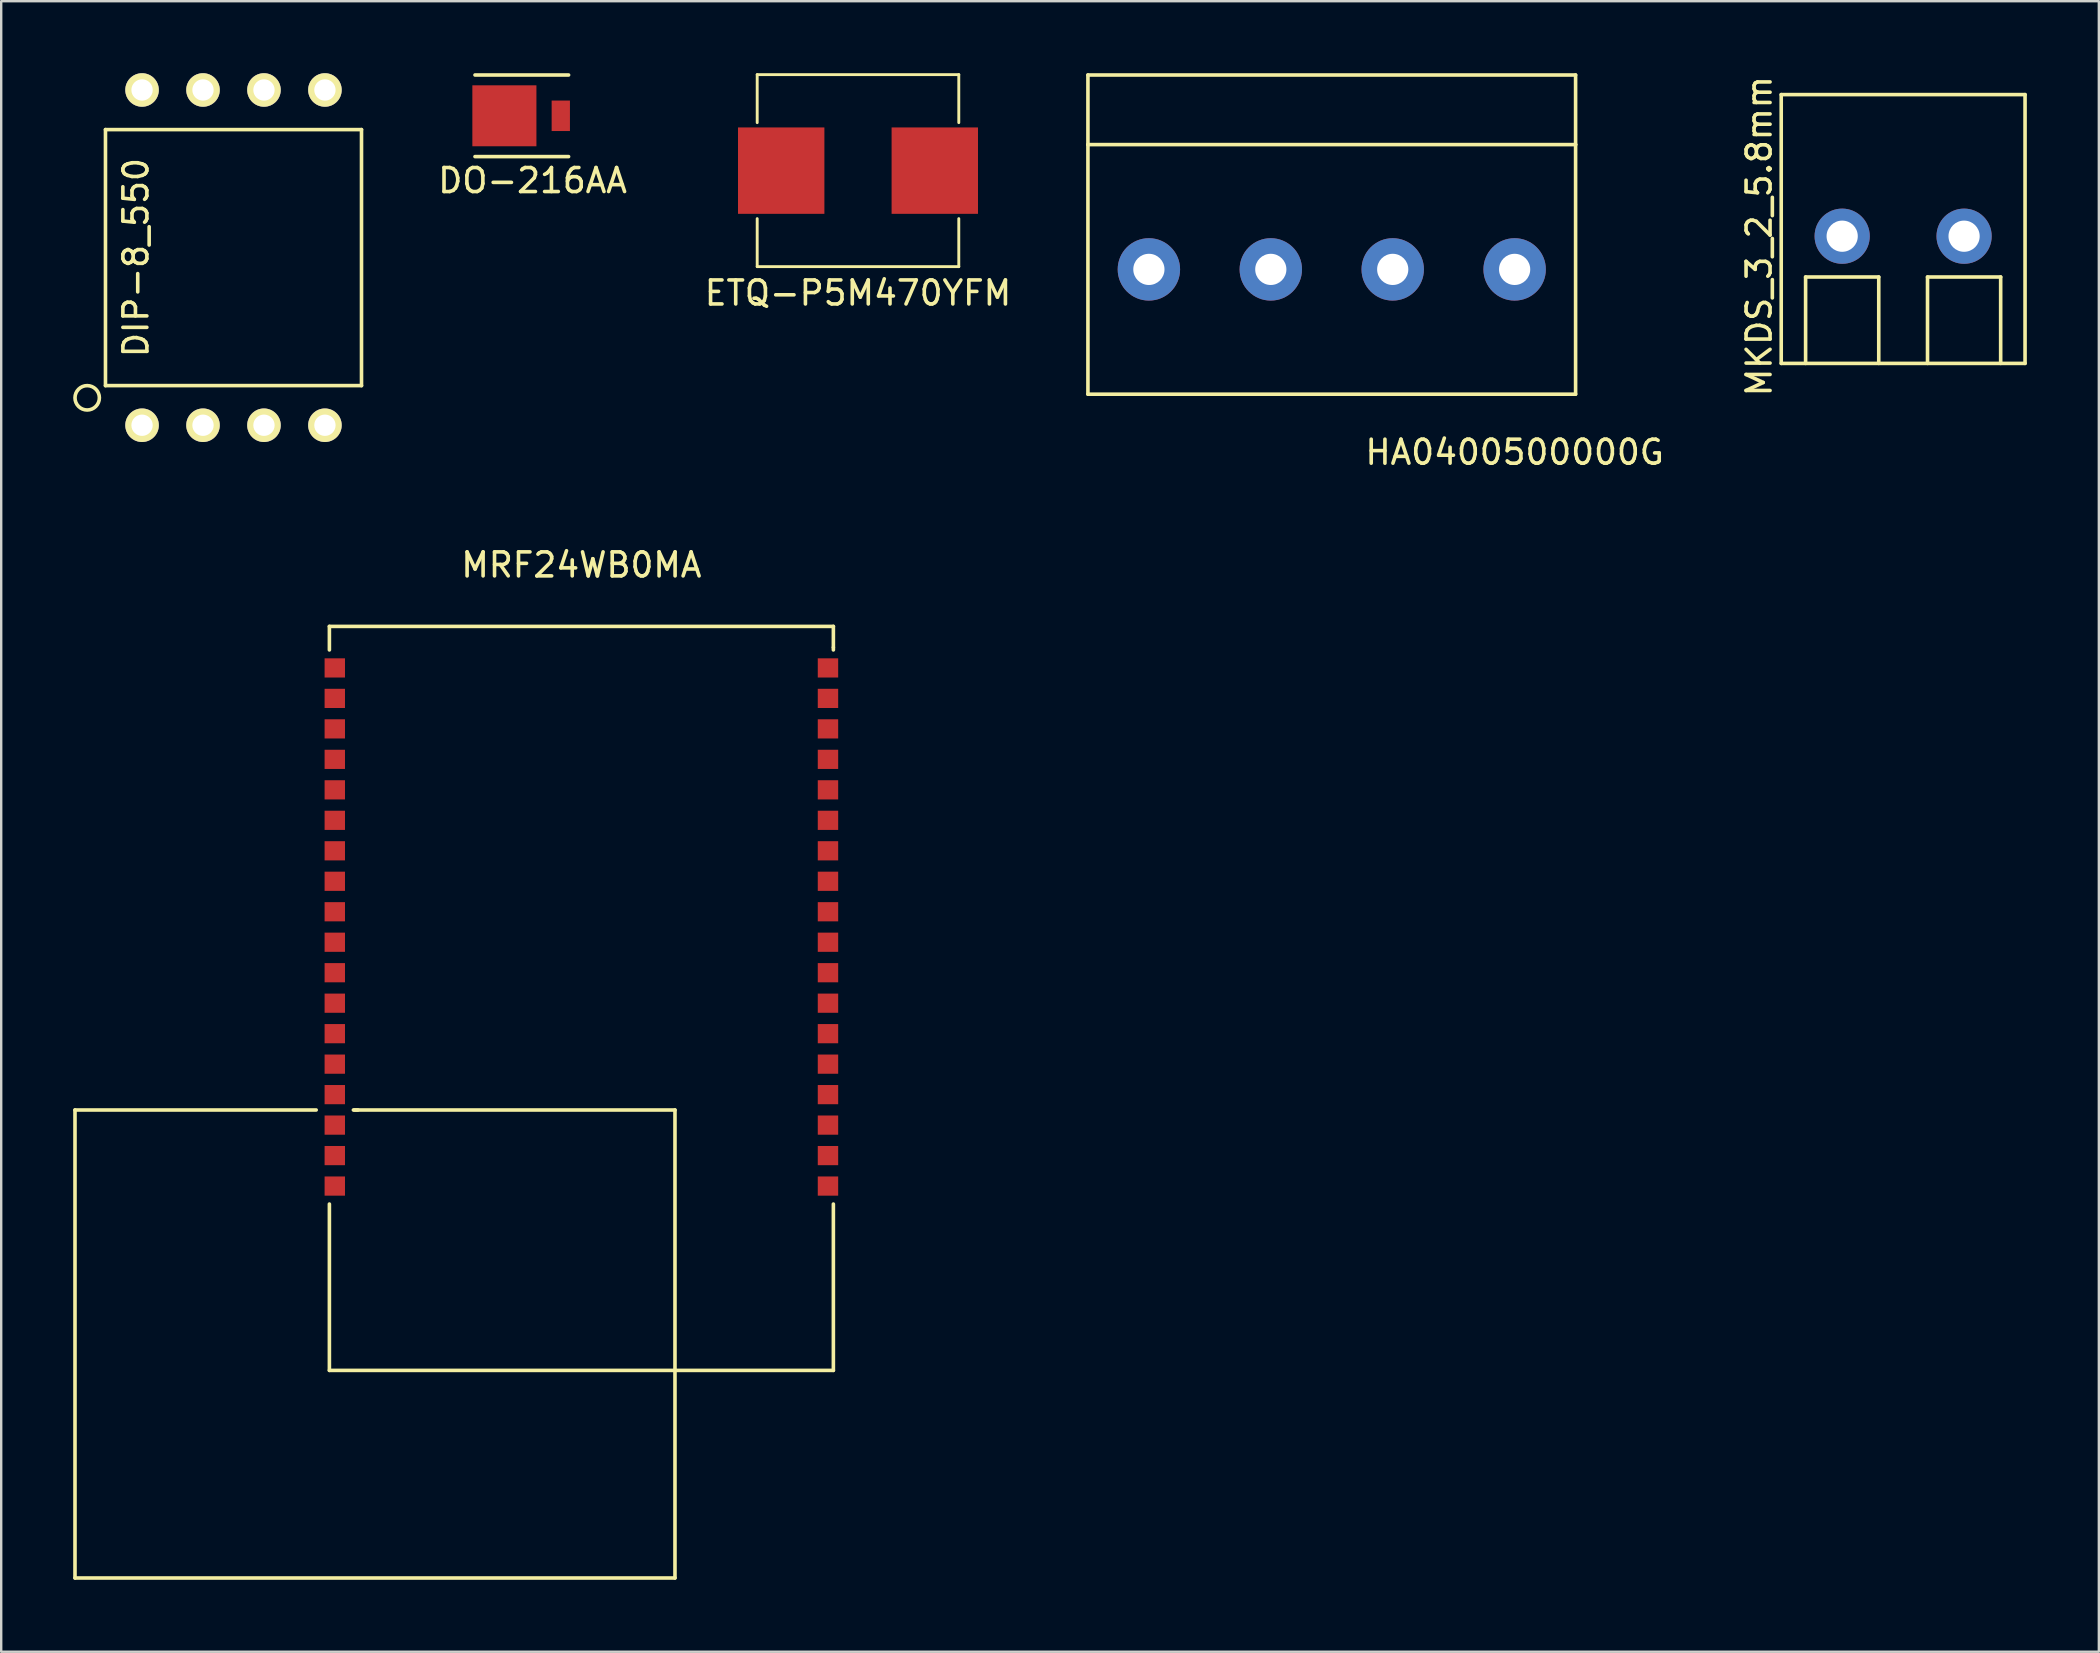
<source format=kicad_pcb>
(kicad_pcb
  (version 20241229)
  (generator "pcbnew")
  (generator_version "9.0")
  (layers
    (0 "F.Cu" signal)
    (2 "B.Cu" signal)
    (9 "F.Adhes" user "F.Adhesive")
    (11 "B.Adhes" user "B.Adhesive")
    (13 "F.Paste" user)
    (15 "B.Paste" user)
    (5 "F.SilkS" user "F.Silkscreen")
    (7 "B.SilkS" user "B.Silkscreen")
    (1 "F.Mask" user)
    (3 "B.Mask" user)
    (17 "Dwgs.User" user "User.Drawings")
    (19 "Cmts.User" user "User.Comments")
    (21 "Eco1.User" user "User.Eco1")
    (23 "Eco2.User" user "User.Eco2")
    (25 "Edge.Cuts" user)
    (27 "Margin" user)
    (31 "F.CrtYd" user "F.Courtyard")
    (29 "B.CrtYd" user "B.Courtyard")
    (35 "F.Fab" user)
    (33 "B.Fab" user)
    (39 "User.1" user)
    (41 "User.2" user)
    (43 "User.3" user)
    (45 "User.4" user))
  (footprint "MKDS_3_2_5.8mm"
    (layer "F.Cu")
    (at 76.25 6.792)
    (property "Reference" "MKDS_3_2_5.8mm" (at -6 0 90) (layer "F.SilkS") (effects (font (size 1 1) (thickness 0.15))))
    (attr through_hole)
    (fp_line (start -5.08 -5.9) (end -5.08 5.3) (stroke (width 0.15) (type solid)) (layer "F.SilkS"))
    (fp_line (start -5.08 5.3) (end 5.08 5.3) (stroke (width 0.15) (type solid)) (layer "F.SilkS"))
    (fp_line (start -4.064 1.7) (end -1.016 1.7) (stroke (width 0.15) (type solid)) (layer "F.SilkS"))
    (fp_line (start -4.064 5.3) (end -4.064 1.7) (stroke (width 0.15) (type solid)) (layer "F.SilkS"))
    (fp_line (start -1.016 1.7) (end -1.016 5.3) (stroke (width 0.15) (type solid)) (layer "F.SilkS"))
    (fp_line (start 1.016 1.7) (end 1.016 5.3) (stroke (width 0.15) (type solid)) (layer "F.SilkS"))
    (fp_line (start 1.016 1.7) (end 4.064 1.7) (stroke (width 0.15) (type solid)) (layer "F.SilkS"))
    (fp_line (start 4.064 1.7) (end 4.064 5.3) (stroke (width 0.15) (type solid)) (layer "F.SilkS"))
    (fp_line (start 5.08 -5.9) (end -5.08 -5.9) (stroke (width 0.15) (type solid)) (layer "F.SilkS"))
    (fp_line (start 5.08 5.3) (end 5.08 -5.9) (stroke (width 0.15) (type solid)) (layer "F.SilkS"))
    (pad "1" thru_hole circle (at -2.54 0) (size 2.3 2.3) (drill 1.3) (layers "*.Cu" "*.Mask"))
    (pad "2" thru_hole circle (at 2.54 0) (size 2.3 2.3) (drill 1.3) (layers "*.Cu" "*.Mask")))
  (footprint "ETQ-P5M470YFM"
    (layer "F.Cu")
    (at 32.701 4.06)
    (property "Reference" "ETQ-P5M470YFM" (at 0 5.1 0) (layer "F.SilkS") (effects (font (size 1 1) (thickness 0.15))))
    (attr through_hole)
    (fp_line (start -4.2 -4) (end 4.2 -4) (stroke (width 0.12) (type solid)) (layer "F.SilkS"))
    (fp_line (start -4.2 -2) (end -4.2 -4) (stroke (width 0.12) (type solid)) (layer "F.SilkS"))
    (fp_line (start -4.2 4) (end -4.2 2) (stroke (width 0.12) (type solid)) (layer "F.SilkS"))
    (fp_line (start 4.2 -4) (end 4.2 -2) (stroke (width 0.12) (type solid)) (layer "F.SilkS"))
    (fp_line (start 4.2 2) (end 4.2 4) (stroke (width 0.12) (type solid)) (layer "F.SilkS"))
    (fp_line (start 4.2 4) (end -4.2 4) (stroke (width 0.12) (type solid)) (layer "F.SilkS"))
    (pad "1" smd rect (at -3.2 0) (size 3.6 3.6) (layers "F.Cu" "F.Mask" "F.Paste"))
    (pad "2" smd rect (at 3.2 0) (size 3.6 3.6) (layers "F.Cu" "F.Mask" "F.Paste")))
  (footprint "DO-216AA"
    (layer "F.Cu")
    (at 19.142 1.775)
    (property "Reference" "DO-216AA" (at 0 2.7 0) (layer "F.SilkS") (effects (font (size 1 1) (thickness 0.15))))
    (attr through_hole)
    (fp_line (start -2.4 -1.7) (end 1.5 -1.7) (stroke (width 0.15) (type solid)) (layer "F.SilkS"))
    (fp_line (start -2.4 1.7) (end 1.5 1.7) (stroke (width 0.15) (type solid)) (layer "F.SilkS"))
    (pad "1" smd rect (at 1.175 0) (size 0.762 1.27) (layers "F.Cu" "F.Mask" "F.Paste"))
    (pad "2" smd rect (at -1.175 0) (size 2.67 2.54) (layers "F.Cu" "F.Mask" "F.Paste")))
  (footprint "MRF24WB0MA"
    (layer "F.Cu")
    (at 21.175 41.291)
    (property "Reference" "MRF24WB0MA" (at 0 -20.8 0) (layer "F.SilkS") (effects (font (size 1 1) (thickness 0.15))))
    (attr through_hole)
    (fp_line (start -21.1 1.91) (end -11.05 1.91) (stroke (width 0.15) (type solid)) (layer "F.SilkS"))
    (fp_line (start -21.1 21.41) (end -21.1 1.91) (stroke (width 0.15) (type solid)) (layer "F.SilkS"))
    (fp_line (start -10.5 -18.24) (end -10.5 -17.26) (stroke (width 0.15) (type solid)) (layer "F.SilkS"))
    (fp_line (start -10.5 12.76) (end -10.5 5.83) (stroke (width 0.15) (type solid)) (layer "F.SilkS"))
    (fp_line (start -10.5 12.76) (end 10.5 12.76) (stroke (width 0.15) (type solid)) (layer "F.SilkS"))
    (fp_line (start -9.46 1.91) (end 3.9 1.91) (stroke (width 0.15) (type solid)) (layer "F.SilkS"))
    (fp_line (start -9.31 1.91) (end -9.5 1.91) (stroke (width 0.15) (type solid)) (layer "F.SilkS"))
    (fp_line (start 3.9 1.91) (end 3.9 21.41) (stroke (width 0.15) (type solid)) (layer "F.SilkS"))
    (fp_line (start 3.9 21.41) (end -21.1 21.41) (stroke (width 0.15) (type solid)) (layer "F.SilkS"))
    (fp_line (start 10.5 -18.24) (end -10.5 -18.24) (stroke (width 0.15) (type solid)) (layer "F.SilkS"))
    (fp_line (start 10.5 -18.24) (end 10.5 -17.37) (stroke (width 0.15) (type solid)) (layer "F.SilkS"))
    (fp_line (start 10.5 -17.36) (end 10.5 -17.26) (stroke (width 0.15) (type solid)) (layer "F.SilkS"))
    (fp_line (start 10.5 12.76) (end 10.5 5.83) (stroke (width 0.15) (type solid)) (layer "F.SilkS"))
    (pad "1" smd rect (at -10.275 -16.51) (size 0.85 0.8) (layers "F.Cu" "F.Mask" "F.Paste"))
    (pad "2" smd rect (at -10.275 -15.24) (size 0.85 0.8) (layers "F.Cu" "F.Mask" "F.Paste"))
    (pad "3" smd rect (at -10.275 -13.97) (size 0.85 0.8) (layers "F.Cu" "F.Mask" "F.Paste"))
    (pad "4" smd rect (at -10.275 -12.7) (size 0.85 0.8) (layers "F.Cu" "F.Mask" "F.Paste"))
    (pad "5" smd rect (at -10.275 -11.43) (size 0.85 0.8) (layers "F.Cu" "F.Mask" "F.Paste"))
    (pad "6" smd rect (at -10.275 -10.16) (size 0.85 0.8) (layers "F.Cu" "F.Mask" "F.Paste"))
    (pad "7" smd rect (at -10.275 -8.89) (size 0.85 0.8) (layers "F.Cu" "F.Mask" "F.Paste"))
    (pad "8" smd rect (at -10.275 -7.62) (size 0.85 0.8) (layers "F.Cu" "F.Mask" "F.Paste"))
    (pad "9" smd rect (at -10.275 -6.35) (size 0.85 0.8) (layers "F.Cu" "F.Mask" "F.Paste"))
    (pad "10" smd rect (at -10.275 -5.08) (size 0.85 0.8) (layers "F.Cu" "F.Mask" "F.Paste"))
    (pad "11" smd rect (at -10.275 -3.81) (size 0.85 0.8) (layers "F.Cu" "F.Mask" "F.Paste"))
    (pad "12" smd rect (at -10.275 -2.54) (size 0.85 0.8) (layers "F.Cu" "F.Mask" "F.Paste"))
    (pad "13" smd rect (at -10.275 -1.27) (size 0.85 0.8) (layers "F.Cu" "F.Mask" "F.Paste"))
    (pad "14" smd rect (at -10.275 0) (size 0.85 0.8) (layers "F.Cu" "F.Mask" "F.Paste"))
    (pad "15" smd rect (at -10.275 1.27) (size 0.85 0.8) (layers "F.Cu" "F.Mask" "F.Paste"))
    (pad "16" smd rect (at -10.275 2.54) (size 0.85 0.8) (layers "F.Cu" "F.Mask" "F.Paste"))
    (pad "17" smd rect (at -10.275 3.81) (size 0.85 0.8) (layers "F.Cu" "F.Mask" "F.Paste"))
    (pad "18" smd rect (at -10.275 5.08) (size 0.85 0.8) (layers "F.Cu" "F.Mask" "F.Paste"))
    (pad "19" smd rect (at 10.275 5.08) (size 0.85 0.8) (layers "F.Cu" "F.Mask" "F.Paste"))
    (pad "20" smd rect (at 10.275 3.81) (size 0.85 0.8) (layers "F.Cu" "F.Mask" "F.Paste"))
    (pad "21" smd rect (at 10.275 2.54) (size 0.85 0.8) (layers "F.Cu" "F.Mask" "F.Paste"))
    (pad "22" smd rect (at 10.275 1.27) (size 0.85 0.8) (layers "F.Cu" "F.Mask" "F.Paste"))
    (pad "23" smd rect (at 10.275 0) (size 0.85 0.8) (layers "F.Cu" "F.Mask" "F.Paste"))
    (pad "24" smd rect (at 10.275 -1.27) (size 0.85 0.8) (layers "F.Cu" "F.Mask" "F.Paste"))
    (pad "25" smd rect (at 10.275 -2.54) (size 0.85 0.8) (layers "F.Cu" "F.Mask" "F.Paste"))
    (pad "26" smd rect (at 10.275 -3.81) (size 0.85 0.8) (layers "F.Cu" "F.Mask" "F.Paste"))
    (pad "27" smd rect (at 10.275 -5.08) (size 0.85 0.8) (layers "F.Cu" "F.Mask" "F.Paste"))
    (pad "28" smd rect (at 10.275 -6.35) (size 0.85 0.8) (layers "F.Cu" "F.Mask" "F.Paste"))
    (pad "29" smd rect (at 10.275 -7.62) (size 0.85 0.8) (layers "F.Cu" "F.Mask" "F.Paste"))
    (pad "30" smd rect (at 10.275 -8.89) (size 0.85 0.8) (layers "F.Cu" "F.Mask" "F.Paste"))
    (pad "31" smd rect (at 10.275 -10.16) (size 0.85 0.8) (layers "F.Cu" "F.Mask" "F.Paste"))
    (pad "32" smd rect (at 10.275 -11.43) (size 0.85 0.8) (layers "F.Cu" "F.Mask" "F.Paste"))
    (pad "33" smd rect (at 10.275 -12.7) (size 0.85 0.8) (layers "F.Cu" "F.Mask" "F.Paste"))
    (pad "34" smd rect (at 10.275 -13.97) (size 0.85 0.8) (layers "F.Cu" "F.Mask" "F.Paste"))
    (pad "35" smd rect (at 10.275 -15.24) (size 0.85 0.8) (layers "F.Cu" "F.Mask" "F.Paste"))
    (pad "36" smd rect (at 10.275 -16.51) (size 0.85 0.8) (layers "F.Cu" "F.Mask" "F.Paste")))
  (footprint "DIP-8_550"
    (layer "F.Cu")
    (at 6.679 7.684)
    (property "Reference" "DIP-8_550" (at -4.064 0 90) (layer "F.SilkS") (effects (font (size 1 1) (thickness 0.15))))
    (attr through_hole)
    (fp_line (start -5.334 -5.334) (end 5.334 -5.334) (stroke (width 0.15) (type solid)) (layer "F.SilkS"))
    (fp_line (start -5.334 5.334) (end -5.334 -5.334) (stroke (width 0.15) (type solid)) (layer "F.SilkS"))
    (fp_line (start 5.334 -5.334) (end 5.334 5.334) (stroke (width 0.15) (type solid)) (layer "F.SilkS"))
    (fp_line (start 5.334 5.334) (end -5.334 5.334) (stroke (width 0.15) (type solid)) (layer "F.SilkS"))
    (fp_circle (center -6.096 5.842) (end -6.096 6.35) (stroke (width 0.15) (type solid)) (fill no) (layer "F.SilkS"))
    (pad "1" thru_hole circle (at -3.81 6.985) (size 1.397 1.397) (drill 0.889) (layers "*.Cu" "*.Mask" "F.SilkS"))
    (pad "2" thru_hole circle (at -1.27 6.985) (size 1.397 1.397) (drill 0.889) (layers "*.Cu" "*.Mask" "F.SilkS"))
    (pad "3" thru_hole circle (at 1.27 6.985) (size 1.397 1.397) (drill 0.889) (layers "*.Cu" "*.Mask" "F.SilkS"))
    (pad "4" thru_hole circle (at 3.81 6.985) (size 1.397 1.397) (drill 0.889) (layers "*.Cu" "*.Mask" "F.SilkS"))
    (pad "5" thru_hole circle (at 3.81 -6.985) (size 1.397 1.397) (drill 0.889) (layers "*.Cu" "*.Mask" "F.SilkS"))
    (pad "6" thru_hole circle (at 1.27 -6.985) (size 1.397 1.397) (drill 0.889) (layers "*.Cu" "*.Mask" "F.SilkS"))
    (pad "7" thru_hole circle (at -1.27 -6.985) (size 1.397 1.397) (drill 0.889) (layers "*.Cu" "*.Mask" "F.SilkS"))
    (pad "8" thru_hole circle (at -3.81 -6.985) (size 1.397 1.397) (drill 0.889) (layers "*.Cu" "*.Mask" "F.SilkS")))
  (footprint "HA0400500000G"
    (layer "F.Cu")
    (at 52.442 8.175)
    (property "Reference" "HA0400500000G" (at 7.62 7.62 0) (layer "F.SilkS") (effects (font (size 1 1) (thickness 0.15))))
    (attr through_hole)
    (fp_line (start -10.16 -8.1) (end -10.16 -5.2) (stroke (width 0.15) (type solid)) (layer "F.SilkS"))
    (fp_line (start -10.16 -8.1) (end 10.16 -8.1) (stroke (width 0.15) (type solid)) (layer "F.SilkS"))
    (fp_line (start -10.16 -5.2) (end -10.16 5.2) (stroke (width 0.15) (type solid)) (layer "F.SilkS"))
    (fp_line (start -10.16 5.2) (end 10.16 5.2) (stroke (width 0.15) (type solid)) (layer "F.SilkS"))
    (fp_line (start 10.16 -8.1) (end 10.16 -5.2) (stroke (width 0.15) (type solid)) (layer "F.SilkS"))
    (fp_line (start 10.16 -5.2) (end -10.16 -5.2) (stroke (width 0.15) (type solid)) (layer "F.SilkS"))
    (fp_line (start 10.16 5.2) (end 10.16 -5.2) (stroke (width 0.15) (type solid)) (layer "F.SilkS"))
    (pad "1" thru_hole circle (at -7.62 0) (size 2.6 2.6) (drill 1.3) (layers "*.Cu" "*.Mask"))
    (pad "2" thru_hole circle (at -2.54 0) (size 2.6 2.6) (drill 1.3) (layers "*.Cu" "*.Mask"))
    (pad "3" thru_hole circle (at 2.54 0) (size 2.6 2.6) (drill 1.3) (layers "*.Cu" "*.Mask"))
    (pad "4" thru_hole circle (at 7.62 0) (size 2.6 2.6) (drill 1.3) (layers "*.Cu" "*.Mask")))
  (gr_rect
    (start -3 -3)
    (end 84.405 65.776)
    (stroke (width 0.1) (type default))
    (fill no)
    (layer "Edge.Cuts")))
</source>
